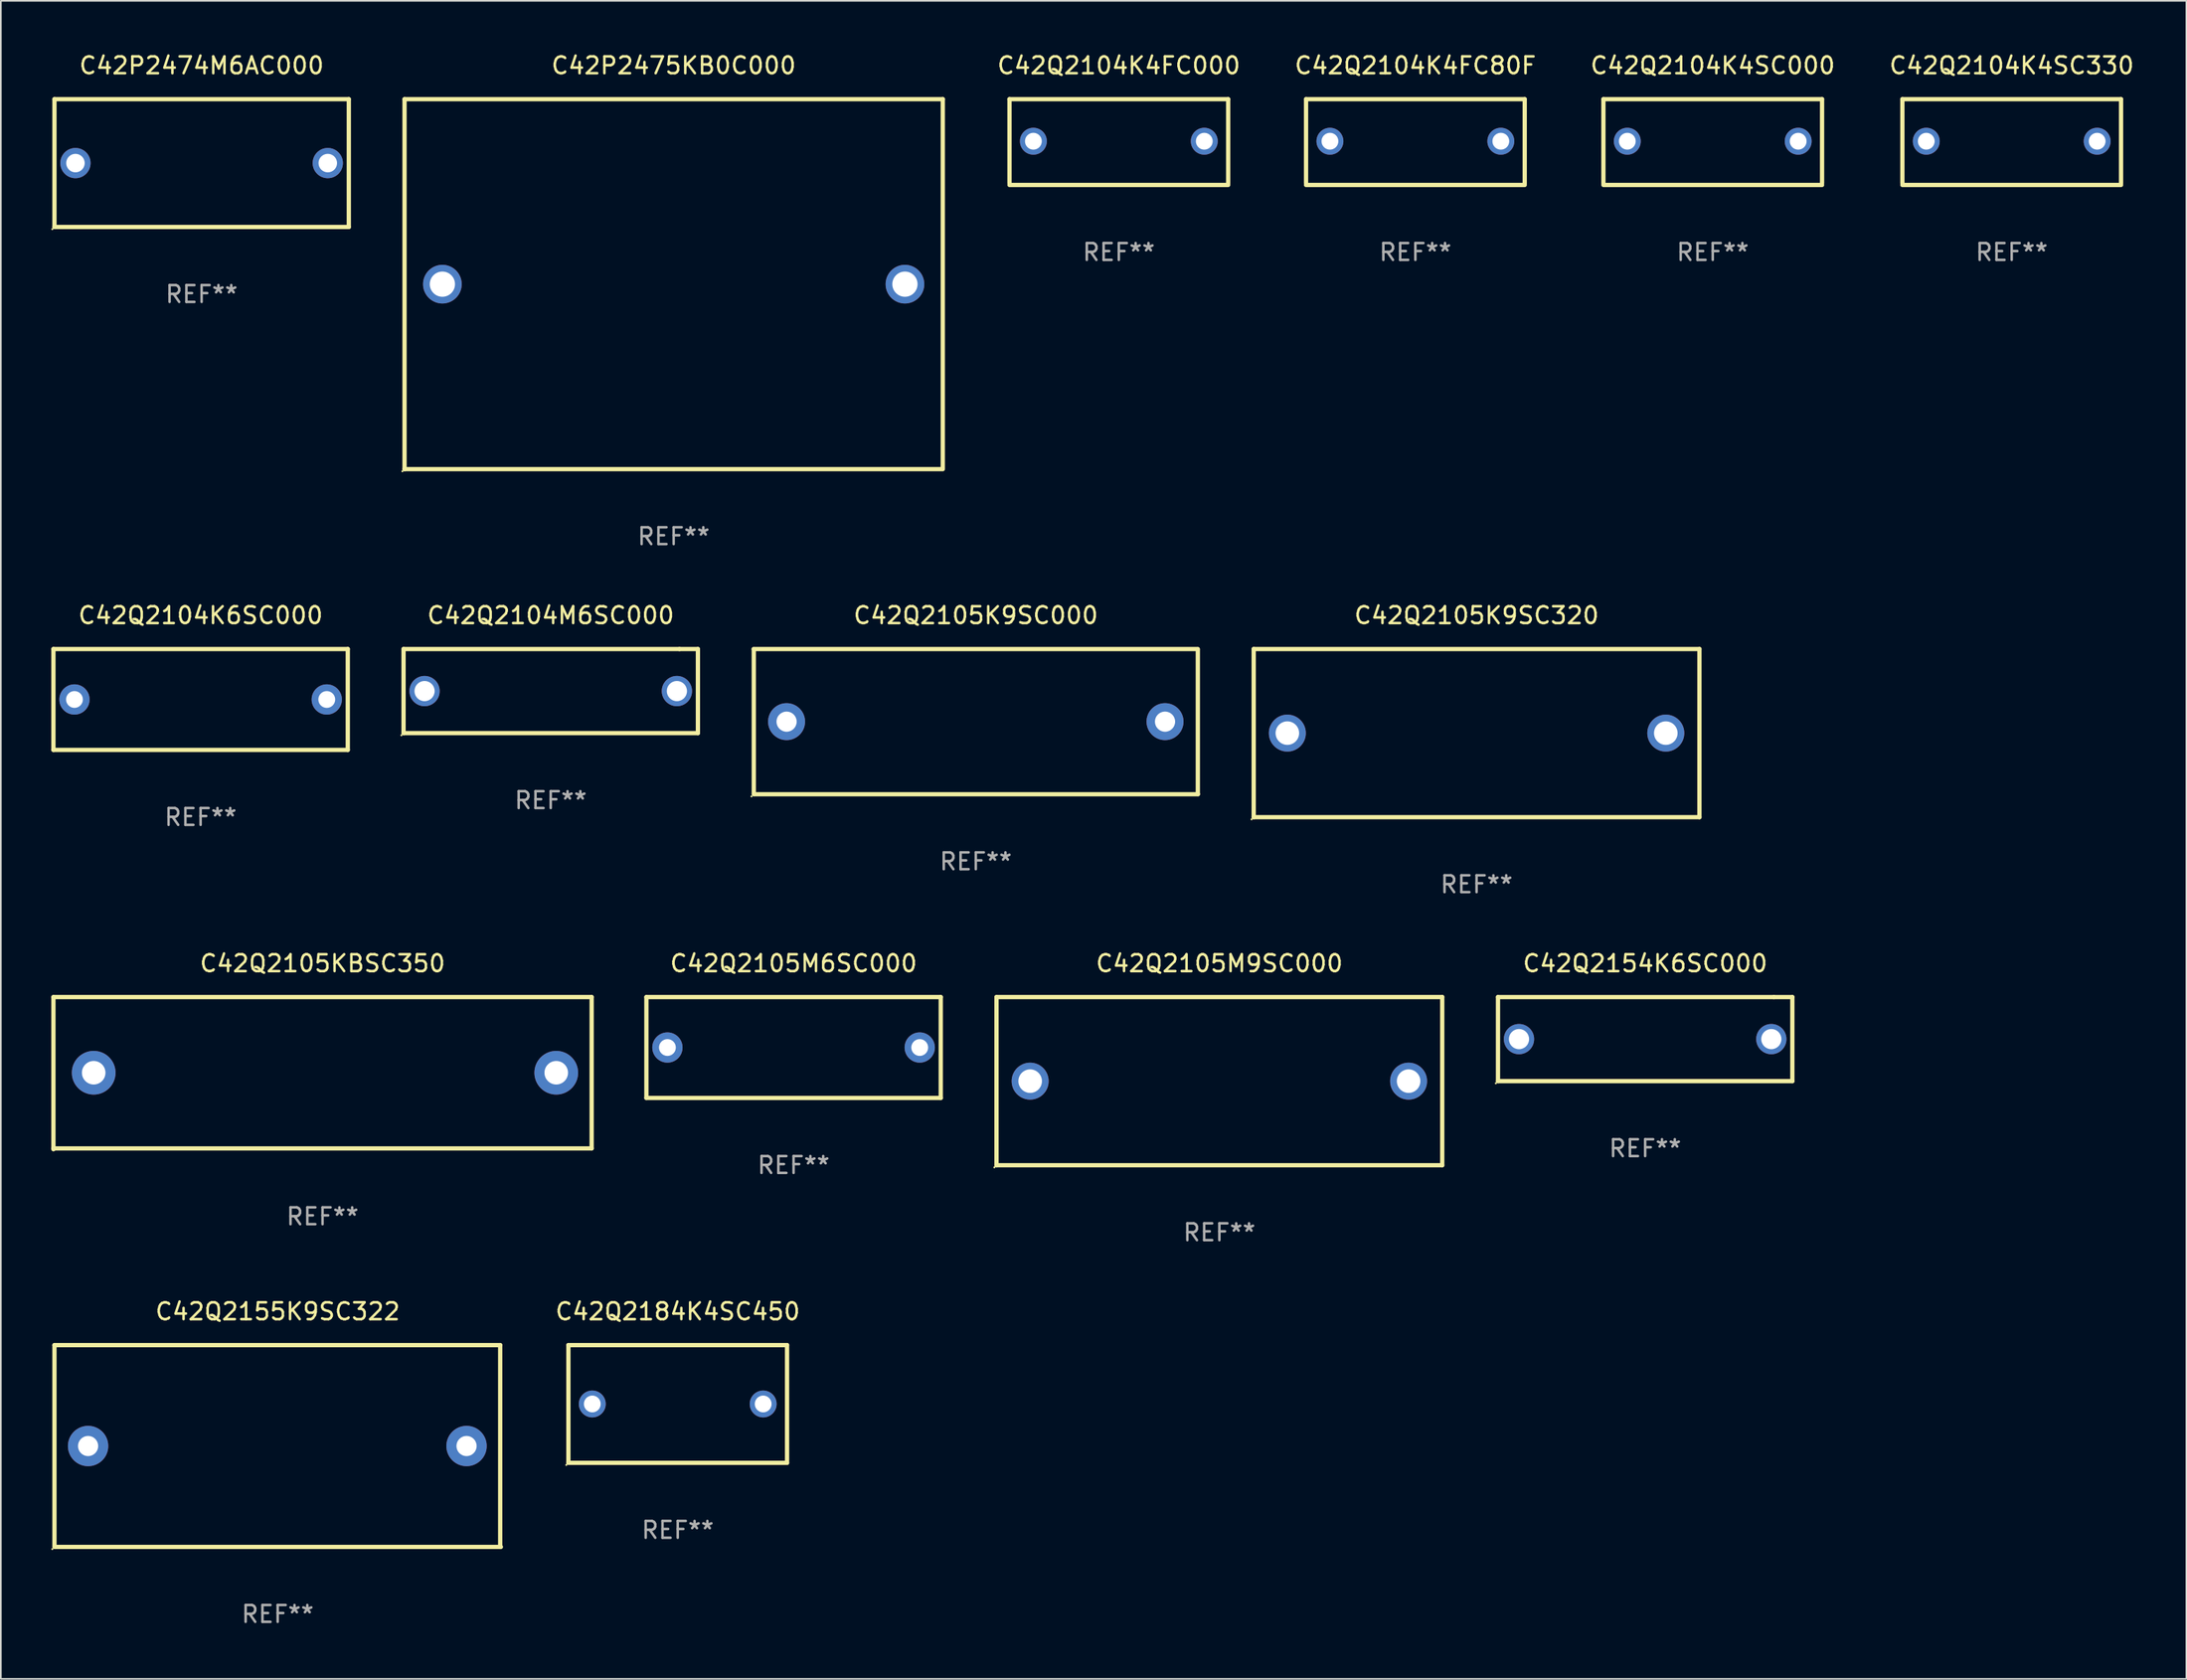
<source format=kicad_pcb>
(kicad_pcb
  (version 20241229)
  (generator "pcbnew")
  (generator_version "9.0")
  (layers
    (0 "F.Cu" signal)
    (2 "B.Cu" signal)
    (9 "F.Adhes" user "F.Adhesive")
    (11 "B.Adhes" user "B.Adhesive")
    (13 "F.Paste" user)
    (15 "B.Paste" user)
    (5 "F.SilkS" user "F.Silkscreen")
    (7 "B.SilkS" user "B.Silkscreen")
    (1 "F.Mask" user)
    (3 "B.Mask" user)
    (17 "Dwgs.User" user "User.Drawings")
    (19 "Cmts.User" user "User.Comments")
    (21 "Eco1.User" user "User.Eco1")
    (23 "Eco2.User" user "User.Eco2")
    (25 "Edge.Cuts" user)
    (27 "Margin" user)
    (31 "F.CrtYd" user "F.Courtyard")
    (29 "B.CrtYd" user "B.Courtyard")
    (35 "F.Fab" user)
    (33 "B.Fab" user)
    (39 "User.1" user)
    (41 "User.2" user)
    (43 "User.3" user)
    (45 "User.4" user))
  (footprint "C42Q2105K9SC320"
    (layer "F.Cu")
    (at 84.736 40.545)
    (property "Reference" "C42Q2105K9SC320" (at 0 -7 0) (layer "F.SilkS") (effects (font (size 1 1) (thickness 0.15))))
    (attr through_hole)
    (fp_line (start -13.25 -5) (end 13.25 -5) (stroke (width 0.254) (type solid)) (layer "F.SilkS"))
    (fp_line (start -13.25 5) (end -13.25 -5) (stroke (width 0.254) (type solid)) (layer "F.SilkS"))
    (fp_line (start 13.25 -5) (end 13.25 5) (stroke (width 0.254) (type solid)) (layer "F.SilkS"))
    (fp_line (start 13.25 5) (end -13.25 5) (stroke (width 0.254) (type solid)) (layer "F.SilkS"))
    (fp_circle (center -13.377 5.127) (end -13.347 5.127) (stroke (width 0.06) (type solid)) (fill no) (layer "F.SilkS"))
    (fp_text user "REF**" (at 0 9 0) (layer "F.Fab") (effects (font (size 1 1) (thickness 0.15))))
    (pad "1" thru_hole circle (at -11.25 0) (size 2.2 2.2) (drill 1.4) (layers "*.Cu" "*.Mask"))
    (pad "2" thru_hole circle (at 11.25 0) (size 2.2 2.2) (drill 1.4) (layers "*.Cu" "*.Mask")))
  (footprint "C42P2475KB0C000"
    (layer "F.Cu")
    (at 37.001 13.848)
    (property "Reference" "C42P2475KB0C000" (at 0 -13 0) (layer "F.SilkS") (effects (font (size 1 1) (thickness 0.15))))
    (attr through_hole)
    (fp_line (start -16 -11) (end -16 11) (stroke (width 0.254) (type solid)) (layer "F.SilkS"))
    (fp_line (start -16 -11) (end 16 -11) (stroke (width 0.254) (type solid)) (layer "F.SilkS"))
    (fp_line (start 16 -11) (end 16 10.922) (stroke (width 0.254) (type solid)) (layer "F.SilkS"))
    (fp_line (start 16 11) (end -16 11) (stroke (width 0.254) (type solid)) (layer "F.SilkS"))
    (fp_circle (center -16.127 11.127) (end -16.097 11.127) (stroke (width 0.06) (type solid)) (fill no) (layer "F.SilkS"))
    (fp_text user "REF**" (at 0 15 0) (layer "F.Fab") (effects (font (size 1 1) (thickness 0.15))))
    (pad "1" thru_hole circle (at -13.75 0) (size 2.3 2.3) (drill 1.5) (layers "*.Cu" "*.Mask"))
    (pad "2" thru_hole circle (at 13.75 0) (size 2.3 2.3) (drill 1.5) (layers "*.Cu" "*.Mask")))
  (footprint "C42Q2155K9SC322"
    (layer "F.Cu")
    (at 13.458 82.938)
    (property "Reference" "C42Q2155K9SC322" (at 0 -8 0) (layer "F.SilkS") (effects (font (size 1 1) (thickness 0.15))))
    (attr through_hole)
    (fp_line (start -13.271 -6) (end 13.229 -6) (stroke (width 0.254) (type solid)) (layer "F.SilkS"))
    (fp_line (start -13.271 6) (end -13.271 -6) (stroke (width 0.254) (type solid)) (layer "F.SilkS"))
    (fp_line (start 13.229 -6) (end 13.229 6) (stroke (width 0.254) (type solid)) (layer "F.SilkS"))
    (fp_line (start 13.271 6) (end -13.229 6) (stroke (width 0.254) (type solid)) (layer "F.SilkS"))
    (fp_circle (center -13.398 6.127) (end -13.368 6.127) (stroke (width 0.06) (type solid)) (fill no) (layer "F.SilkS"))
    (fp_text user "REF**" (at 0 10 0) (layer "F.Fab") (effects (font (size 1 1) (thickness 0.15))))
    (pad "1" thru_hole circle (at -11.271 0) (size 2.4 2.4) (drill 1.2) (layers "*.Cu" "*.Mask"))
    (pad "2" thru_hole circle (at 11.229 0) (size 2.4 2.4) (drill 1.2) (layers "*.Cu" "*.Mask")))
  (footprint "C42Q2104K6SC000"
    (layer "F.Cu")
    (at 8.877 38.545)
    (property "Reference" "C42Q2104K6SC000" (at 0 -5 0) (layer "F.SilkS") (effects (font (size 1 1) (thickness 0.15))))
    (attr through_hole)
    (fp_line (start -8.75 -3) (end 8.75 -3) (stroke (width 0.254) (type solid)) (layer "F.SilkS"))
    (fp_line (start -8.75 3) (end -8.75 -3) (stroke (width 0.254) (type solid)) (layer "F.SilkS"))
    (fp_line (start 8.75 -3) (end 8.75 3) (stroke (width 0.254) (type solid)) (layer "F.SilkS"))
    (fp_line (start 8.75 3) (end -8.75 3) (stroke (width 0.254) (type solid)) (layer "F.SilkS"))
    (fp_circle (center -8.75 3) (end -8.72 3) (stroke (width 0.06) (type solid)) (fill no) (layer "F.SilkS"))
    (fp_text user "REF**" (at 0 7 0) (layer "F.Fab") (effects (font (size 1 1) (thickness 0.15))))
    (pad "1" thru_hole circle (at -7.5 0) (size 1.8 1.8) (drill 1) (layers "*.Cu" "*.Mask"))
    (pad "2" thru_hole circle (at 7.5 0) (size 1.8 1.8) (drill 1) (layers "*.Cu" "*.Mask")))
  (footprint "C42Q2104K4FC000"
    (layer "F.Cu")
    (at 63.467 5.398)
    (property "Reference" "C42Q2104K4FC000" (at 0 -4.55 0) (layer "F.SilkS") (effects (font (size 1 1) (thickness 0.15))))
    (attr through_hole)
    (fp_line (start -6.5 -2.55) (end 6.5 -2.55) (stroke (width 0.254) (type solid)) (layer "F.SilkS"))
    (fp_line (start -6.5 2.45) (end -6.5 -2.55) (stroke (width 0.254) (type solid)) (layer "F.SilkS"))
    (fp_line (start 6.5 -2.55) (end 6.5 2.45) (stroke (width 0.254) (type solid)) (layer "F.SilkS"))
    (fp_line (start 6.5 2.55) (end -6.5 2.55) (stroke (width 0.254) (type solid)) (layer "F.SilkS"))
    (fp_circle (center -6.5 2.45) (end -6.47 2.45) (stroke (width 0.06) (type solid)) (fill no) (layer "F.SilkS"))
    (fp_text user "REF**" (at 0 6.55 0) (layer "F.Fab") (effects (font (size 1 1) (thickness 0.15))))
    (pad "1" thru_hole circle (at -5.08 -0.05) (size 1.6 1.6) (drill 1) (layers "*.Cu" "*.Mask"))
    (pad "2" thru_hole circle (at 5.08 -0.05) (size 1.6 1.6) (drill 1) (layers "*.Cu" "*.Mask")))
  (footprint "C42Q2105KBSC350"
    (layer "F.Cu")
    (at 16.126 60.766)
    (property "Reference" "C42Q2105KBSC350" (at 0 -6.525 0) (layer "F.SilkS") (effects (font (size 1 1) (thickness 0.15))))
    (attr through_hole)
    (fp_line (start -15.999 -4.525) (end -15.999 4.525) (stroke (width 0.254) (type solid)) (layer "F.SilkS"))
    (fp_line (start -15.999 -4.525) (end 15.999 -4.525) (stroke (width 0.254) (type solid)) (layer "F.SilkS"))
    (fp_line (start 15.999 -4.525) (end 15.999 4.475) (stroke (width 0.254) (type solid)) (layer "F.SilkS"))
    (fp_line (start 15.999 4.475) (end -15.999 4.475) (stroke (width 0.254) (type solid)) (layer "F.SilkS"))
    (fp_circle (center -15.983 4.475) (end -15.953 4.475) (stroke (width 0.06) (type solid)) (fill no) (layer "F.SilkS"))
    (fp_text user "REF**" (at 0 8.525 0) (layer "F.Fab") (effects (font (size 1 1) (thickness 0.15))))
    (pad "1" thru_hole circle (at -13.606 -0.025) (size 2.6 2.6) (drill 1.4) (layers "*.Cu" "*.Mask"))
    (pad "2" thru_hole circle (at 13.894 -0.025) (size 2.6 2.6) (drill 1.4) (layers "*.Cu" "*.Mask")))
  (footprint "C42Q2105K9SC000"
    (layer "F.Cu")
    (at 54.964 39.863)
    (property "Reference" "C42Q2105K9SC000" (at 0 -6.318 0) (layer "F.SilkS") (effects (font (size 1 1) (thickness 0.15))))
    (attr through_hole)
    (fp_line (start -13.208 -4.318) (end 13.193 -4.318) (stroke (width 0.254) (type solid)) (layer "F.SilkS"))
    (fp_line (start -13.2 4.3) (end -13.2 -4.3) (stroke (width 0.254) (type solid)) (layer "F.SilkS"))
    (fp_line (start 13.2 -4.3) (end 13.2 4.3) (stroke (width 0.254) (type solid)) (layer "F.SilkS"))
    (fp_line (start 13.208 4.318) (end -13.193 4.318) (stroke (width 0.254) (type solid)) (layer "F.SilkS"))
    (fp_circle (center -13.335 4.445) (end -13.305 4.445) (stroke (width 0.06) (type solid)) (fill no) (layer "F.SilkS"))
    (fp_text user "REF**" (at 0 8.318 0) (layer "F.Fab") (effects (font (size 1 1) (thickness 0.15))))
    (pad "1" thru_hole circle (at -11.25 0) (size 2.2 2.2) (drill 1.2) (layers "*.Cu" "*.Mask"))
    (pad "2" thru_hole circle (at 11.25 0) (size 2.2 2.2) (drill 1.2) (layers "*.Cu" "*.Mask")))
  (footprint "C42P2474M6AC000"
    (layer "F.Cu")
    (at 8.937 6.648)
    (property "Reference" "C42P2474M6AC000" (at 0 -5.8 0) (layer "F.SilkS") (effects (font (size 1 1) (thickness 0.15))))
    (attr through_hole)
    (fp_line (start -8.75 -3.8) (end 8.75 -3.8) (stroke (width 0.254) (type solid)) (layer "F.SilkS"))
    (fp_line (start -8.75 3.8) (end -8.75 -3.8) (stroke (width 0.254) (type solid)) (layer "F.SilkS"))
    (fp_line (start 8.75 -3.8) (end 8.75 3.8) (stroke (width 0.254) (type solid)) (layer "F.SilkS"))
    (fp_line (start 8.75 3.8) (end -8.75 3.8) (stroke (width 0.254) (type solid)) (layer "F.SilkS"))
    (fp_circle (center -8.877 3.927) (end -8.847 3.927) (stroke (width 0.06) (type solid)) (fill no) (layer "F.SilkS"))
    (fp_text user "REF**" (at 0 7.8 0) (layer "F.Fab") (effects (font (size 1 1) (thickness 0.15))))
    (pad "1" thru_hole circle (at -7.501 0) (size 1.8 1.8) (drill 1.1) (layers "*.Cu" "*.Mask"))
    (pad "2" thru_hole circle (at 7.501 0) (size 1.8 1.8) (drill 1.1) (layers "*.Cu" "*.Mask")))
  (footprint "C42Q2105M6SC000"
    (layer "F.Cu")
    (at 44.13 59.241)
    (property "Reference" "C42Q2105M6SC000" (at 0 -5 0) (layer "F.SilkS") (effects (font (size 1 1) (thickness 0.15))))
    (attr through_hole)
    (fp_line (start -8.75 -3) (end 8.75 -3) (stroke (width 0.254) (type solid)) (layer "F.SilkS"))
    (fp_line (start -8.75 3) (end -8.75 -3) (stroke (width 0.254) (type solid)) (layer "F.SilkS"))
    (fp_line (start 8.75 -3) (end 8.75 3) (stroke (width 0.254) (type solid)) (layer "F.SilkS"))
    (fp_line (start 8.75 3) (end -8.75 3) (stroke (width 0.254) (type solid)) (layer "F.SilkS"))
    (fp_circle (center -8.75 3) (end -8.72 3) (stroke (width 0.06) (type solid)) (fill no) (layer "F.SilkS"))
    (fp_text user "REF**" (at 0 7 0) (layer "F.Fab") (effects (font (size 1 1) (thickness 0.15))))
    (pad "1" thru_hole circle (at -7.5 0) (size 1.8 1.8) (drill 1) (layers "*.Cu" "*.Mask"))
    (pad "2" thru_hole circle (at 7.5 0) (size 1.8 1.8) (drill 1) (layers "*.Cu" "*.Mask")))
  (footprint "C42Q2104K4SC000"
    (layer "F.Cu")
    (at 98.777 5.398)
    (property "Reference" "C42Q2104K4SC000" (at 0 -4.55 0) (layer "F.SilkS") (effects (font (size 1 1) (thickness 0.15))))
    (attr through_hole)
    (fp_line (start -6.5 -2.55) (end 6.5 -2.55) (stroke (width 0.254) (type solid)) (layer "F.SilkS"))
    (fp_line (start -6.5 2.45) (end -6.5 -2.55) (stroke (width 0.254) (type solid)) (layer "F.SilkS"))
    (fp_line (start 6.5 -2.55) (end 6.5 2.45) (stroke (width 0.254) (type solid)) (layer "F.SilkS"))
    (fp_line (start 6.5 2.55) (end -6.5 2.55) (stroke (width 0.254) (type solid)) (layer "F.SilkS"))
    (fp_circle (center -6.5 2.45) (end -6.47 2.45) (stroke (width 0.06) (type solid)) (fill no) (layer "F.SilkS"))
    (fp_text user "REF**" (at 0 6.55 0) (layer "F.Fab") (effects (font (size 1 1) (thickness 0.15))))
    (pad "1" thru_hole circle (at -5.08 -0.05) (size 1.6 1.6) (drill 1) (layers "*.Cu" "*.Mask"))
    (pad "2" thru_hole circle (at 5.08 -0.05) (size 1.6 1.6) (drill 1) (layers "*.Cu" "*.Mask")))
  (footprint "C42Q2104K4FC80F"
    (layer "F.Cu")
    (at 81.098 5.398)
    (property "Reference" "C42Q2104K4FC80F" (at 0 -4.55 0) (layer "F.SilkS") (effects (font (size 1 1) (thickness 0.15))))
    (attr through_hole)
    (fp_line (start -6.5 -2.55) (end 6.5 -2.55) (stroke (width 0.254) (type solid)) (layer "F.SilkS"))
    (fp_line (start -6.5 2.45) (end -6.5 -2.55) (stroke (width 0.254) (type solid)) (layer "F.SilkS"))
    (fp_line (start 6.5 -2.55) (end 6.5 2.45) (stroke (width 0.254) (type solid)) (layer "F.SilkS"))
    (fp_line (start 6.5 2.55) (end -6.5 2.55) (stroke (width 0.254) (type solid)) (layer "F.SilkS"))
    (fp_circle (center -6.5 2.45) (end -6.47 2.45) (stroke (width 0.06) (type solid)) (fill no) (layer "F.SilkS"))
    (fp_text user "REF**" (at 0 6.55 0) (layer "F.Fab") (effects (font (size 1 1) (thickness 0.15))))
    (pad "1" thru_hole circle (at -5.08 -0.05) (size 1.6 1.6) (drill 1) (layers "*.Cu" "*.Mask"))
    (pad "2" thru_hole circle (at 5.08 -0.05) (size 1.6 1.6) (drill 1) (layers "*.Cu" "*.Mask")))
  (footprint "C42Q2154K6SC000"
    (layer "F.Cu")
    (at 94.759 58.741)
    (property "Reference" "C42Q2154K6SC000" (at 0 -4.5 0) (layer "F.SilkS") (effects (font (size 1 1) (thickness 0.15))))
    (attr through_hole)
    (fp_line (start -8.75 -2.499) (end 7.653 -2.499) (stroke (width 0.254) (type solid)) (layer "F.SilkS"))
    (fp_line (start -8.75 2.5) (end -8.75 -2.5) (stroke (width 0.254) (type solid)) (layer "F.SilkS"))
    (fp_line (start 7.653 -2.499) (end 8.75 -2.499) (stroke (width 0.254) (type solid)) (layer "F.SilkS"))
    (fp_line (start 8.75 -2.5) (end 8.75 2.5) (stroke (width 0.254) (type solid)) (layer "F.SilkS"))
    (fp_line (start 8.75 2.5) (end -8.75 2.5) (stroke (width 0.254) (type solid)) (layer "F.SilkS"))
    (fp_circle (center -8.877 2.627) (end -8.847 2.627) (stroke (width 0.06) (type solid)) (fill no) (layer "F.SilkS"))
    (fp_text user "REF**" (at 0 6.5 0) (layer "F.Fab") (effects (font (size 1 1) (thickness 0.15))))
    (pad "1" thru_hole circle (at -7.501 0) (size 1.8 1.8) (drill 1.2) (layers "*.Cu" "*.Mask"))
    (pad "2" thru_hole circle (at 7.501 0) (size 1.8 1.8) (drill 1.2) (layers "*.Cu" "*.Mask")))
  (footprint "C42Q2104M6SC000"
    (layer "F.Cu")
    (at 29.692 38.045)
    (property "Reference" "C42Q2104M6SC000" (at 0 -4.5 0) (layer "F.SilkS") (effects (font (size 1 1) (thickness 0.15))))
    (attr through_hole)
    (fp_line (start -8.75 -2.499) (end 7.653 -2.499) (stroke (width 0.254) (type solid)) (layer "F.SilkS"))
    (fp_line (start -8.75 2.5) (end -8.75 -2.5) (stroke (width 0.254) (type solid)) (layer "F.SilkS"))
    (fp_line (start 7.653 -2.499) (end 8.75 -2.499) (stroke (width 0.254) (type solid)) (layer "F.SilkS"))
    (fp_line (start 8.75 -2.5) (end 8.75 2.5) (stroke (width 0.254) (type solid)) (layer "F.SilkS"))
    (fp_line (start 8.75 2.5) (end -8.75 2.5) (stroke (width 0.254) (type solid)) (layer "F.SilkS"))
    (fp_circle (center -8.877 2.627) (end -8.847 2.627) (stroke (width 0.06) (type solid)) (fill no) (layer "F.SilkS"))
    (fp_text user "REF**" (at 0 6.5 0) (layer "F.Fab") (effects (font (size 1 1) (thickness 0.15))))
    (pad "1" thru_hole circle (at -7.501 0) (size 1.8 1.8) (drill 1.2) (layers "*.Cu" "*.Mask"))
    (pad "2" thru_hole circle (at 7.501 0) (size 1.8 1.8) (drill 1.2) (layers "*.Cu" "*.Mask")))
  (footprint "C42Q2105M9SC000"
    (layer "F.Cu")
    (at 69.445 61.241)
    (property "Reference" "C42Q2105M9SC000" (at 0 -7 0) (layer "F.SilkS") (effects (font (size 1 1) (thickness 0.15))))
    (attr through_hole)
    (fp_line (start -13.25 -5) (end 13.25 -5) (stroke (width 0.254) (type solid)) (layer "F.SilkS"))
    (fp_line (start -13.25 5) (end -13.25 -5) (stroke (width 0.254) (type solid)) (layer "F.SilkS"))
    (fp_line (start 13.25 -5) (end 13.25 5) (stroke (width 0.254) (type solid)) (layer "F.SilkS"))
    (fp_line (start 13.25 5) (end -13.25 5) (stroke (width 0.254) (type solid)) (layer "F.SilkS"))
    (fp_circle (center -13.377 5.127) (end -13.347 5.127) (stroke (width 0.06) (type solid)) (fill no) (layer "F.SilkS"))
    (fp_text user "REF**" (at 0 9 0) (layer "F.Fab") (effects (font (size 1 1) (thickness 0.15))))
    (pad "1" thru_hole circle (at -11.25 0) (size 2.2 2.2) (drill 1.4) (layers "*.Cu" "*.Mask"))
    (pad "2" thru_hole circle (at 11.25 0) (size 2.2 2.2) (drill 1.4) (layers "*.Cu" "*.Mask")))
  (footprint "C42Q2184K4SC450"
    (layer "F.Cu")
    (at 37.243 80.438)
    (property "Reference" "C42Q2184K4SC450" (at 0 -5.5 0) (layer "F.SilkS") (effects (font (size 1 1) (thickness 0.15))))
    (attr through_hole)
    (fp_line (start -6.5 -3.5) (end 6.5 -3.5) (stroke (width 0.254) (type solid)) (layer "F.SilkS"))
    (fp_line (start -6.5 3.5) (end -6.5 -3.5) (stroke (width 0.254) (type solid)) (layer "F.SilkS"))
    (fp_line (start 6.5 -3.5) (end 6.5 3.5) (stroke (width 0.254) (type solid)) (layer "F.SilkS"))
    (fp_line (start 6.5 3.5) (end -6.5 3.5) (stroke (width 0.254) (type solid)) (layer "F.SilkS"))
    (fp_circle (center -6.627 3.627) (end -6.597 3.627) (stroke (width 0.06) (type solid)) (fill no) (layer "F.SilkS"))
    (fp_text user "REF**" (at 0 7.5 0) (layer "F.Fab") (effects (font (size 1 1) (thickness 0.15))))
    (pad "1" thru_hole circle (at -5.08 -0.000127) (size 1.6 1.6) (drill 1) (layers "*.Cu" "*.Mask"))
    (pad "2" thru_hole circle (at 5.08 -0.000127) (size 1.6 1.6) (drill 1) (layers "*.Cu" "*.Mask")))
  (footprint "C42Q2104K4SC330"
    (layer "F.Cu")
    (at 116.551 5.398)
    (property "Reference" "C42Q2104K4SC330" (at 0 -4.55 0) (layer "F.SilkS") (effects (font (size 1 1) (thickness 0.15))))
    (attr through_hole)
    (fp_line (start -6.5 -2.55) (end 6.5 -2.55) (stroke (width 0.254) (type solid)) (layer "F.SilkS"))
    (fp_line (start -6.5 2.45) (end -6.5 -2.55) (stroke (width 0.254) (type solid)) (layer "F.SilkS"))
    (fp_line (start 6.5 -2.55) (end 6.5 2.45) (stroke (width 0.254) (type solid)) (layer "F.SilkS"))
    (fp_line (start 6.5 2.55) (end -6.5 2.55) (stroke (width 0.254) (type solid)) (layer "F.SilkS"))
    (fp_circle (center -6.5 2.45) (end -6.47 2.45) (stroke (width 0.06) (type solid)) (fill no) (layer "F.SilkS"))
    (fp_text user "REF**" (at 0 6.55 0) (layer "F.Fab") (effects (font (size 1 1) (thickness 0.15))))
    (pad "1" thru_hole circle (at -5.08 -0.05) (size 1.6 1.6) (drill 1) (layers "*.Cu" "*.Mask"))
    (pad "2" thru_hole circle (at 5.08 -0.05) (size 1.6 1.6) (drill 1) (layers "*.Cu" "*.Mask")))
  (gr_rect
    (start -3 -3)
    (end 126.937 96.786)
    (stroke (width 0.1) (type default))
    (fill no)
    (layer "Edge.Cuts")))
</source>
